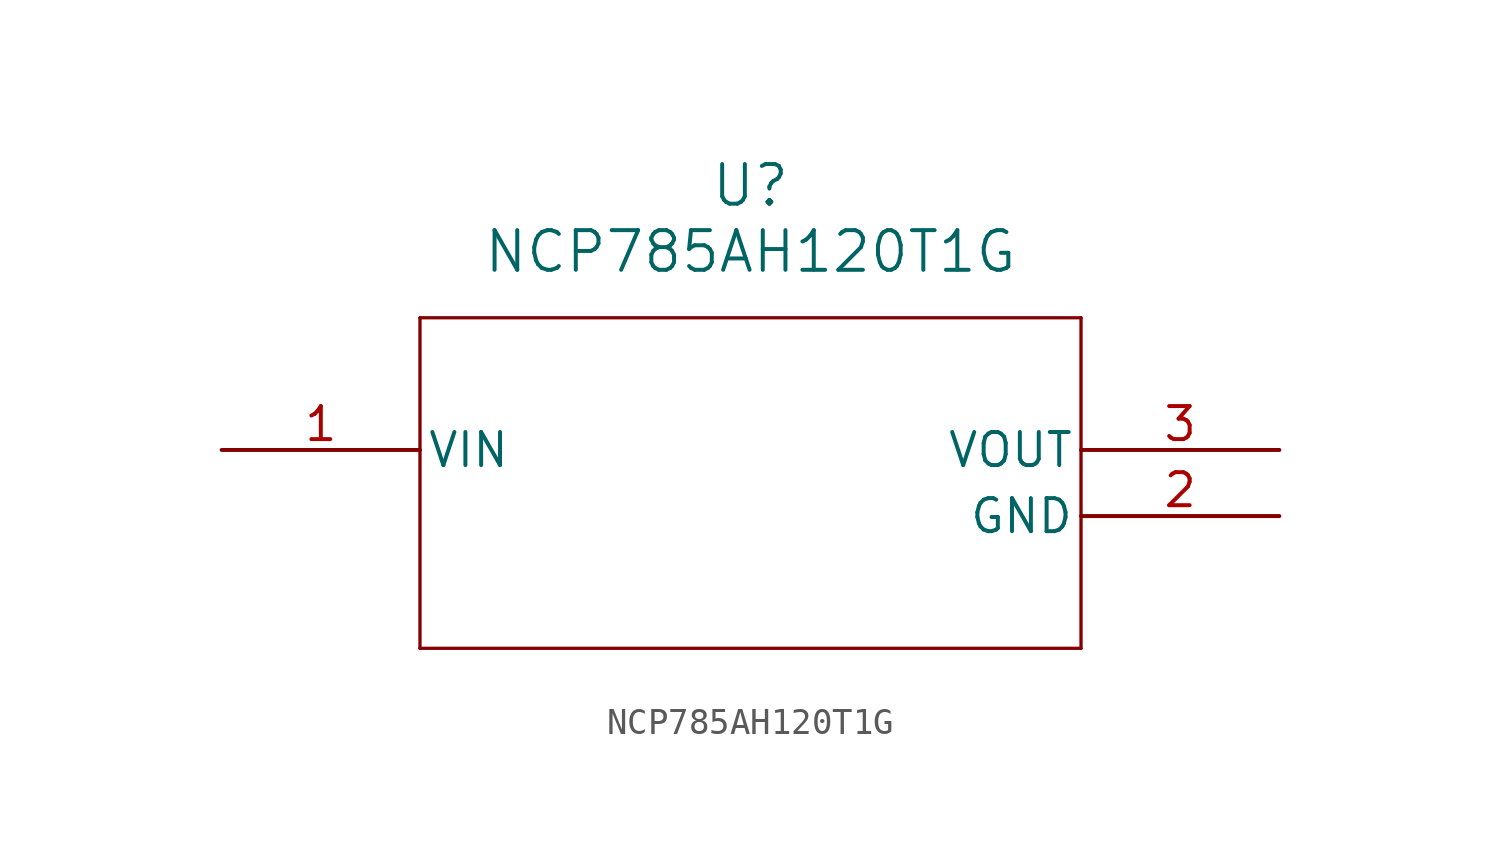
<source format=kicad_sym>
(kicad_symbol_lib
  (version 20211014)
  (generator kicad_symbol_editor)
  (symbol "NCP785AH120T1G"
    (pin_names
      (offset 0.254))
    (property "Reference" "U"
      (at 20.32 10.16 0)
      (effects (font (size 1.524 1.524))))
    (property "Value" "NCP785AH120T1G"
      (at 20.32 7.62 0)
      (effects (font (size 1.524 1.524))))
    (symbol "NCP785AH120T1G_0_1"
      (polyline (pts (xy 7.62 5.08) (xy 7.62 -7.62)) (stroke (width 0.127) (type default) (color 0 0 0 0)) (fill (type none)))
      (polyline (pts (xy 7.62 -7.62) (xy 33.02 -7.62)) (stroke (width 0.127) (type default) (color 0 0 0 0)) (fill (type none)))
      (polyline (pts (xy 33.02 -7.62) (xy 33.02 5.08)) (stroke (width 0.127) (type default) (color 0 0 0 0)) (fill (type none)))
      (polyline (pts (xy 33.02 5.08) (xy 7.62 5.08)) (stroke (width 0.127) (type default) (color 0 0 0 0)) (fill (type none)))
      (pin unspecified line (at 0 0 0) (length 7.62) (name "VIN" (effects (font (size 1.27 1.27)))) (number "1" (effects (font (size 1.27 1.27)))))
      (pin power_out line (at 40.64 -2.54 180) (length 7.62) (name "GND" (effects (font (size 1.27 1.27)))) (number "2" (effects (font (size 1.27 1.27)))))
      (pin output line (at 40.64 0 180) (length 7.62) (name "VOUT" (effects (font (size 1.27 1.27)))) (number "3" (effects (font (size 1.27 1.27))))))))
</source>
